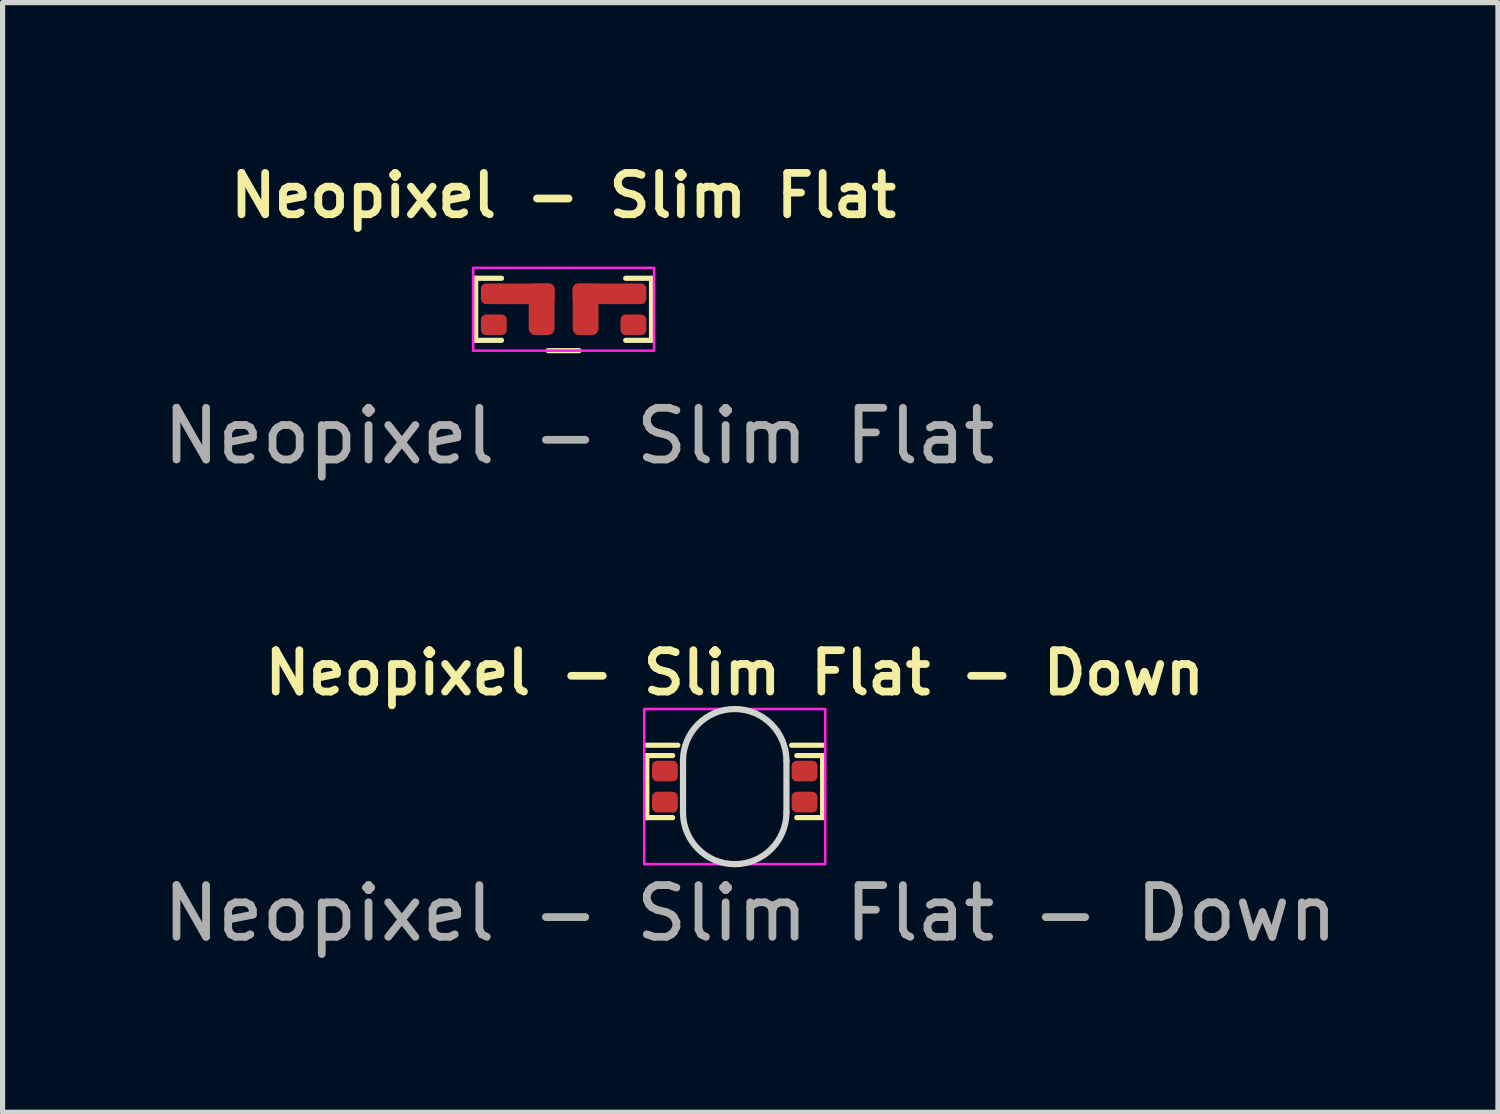
<source format=kicad_pcb>
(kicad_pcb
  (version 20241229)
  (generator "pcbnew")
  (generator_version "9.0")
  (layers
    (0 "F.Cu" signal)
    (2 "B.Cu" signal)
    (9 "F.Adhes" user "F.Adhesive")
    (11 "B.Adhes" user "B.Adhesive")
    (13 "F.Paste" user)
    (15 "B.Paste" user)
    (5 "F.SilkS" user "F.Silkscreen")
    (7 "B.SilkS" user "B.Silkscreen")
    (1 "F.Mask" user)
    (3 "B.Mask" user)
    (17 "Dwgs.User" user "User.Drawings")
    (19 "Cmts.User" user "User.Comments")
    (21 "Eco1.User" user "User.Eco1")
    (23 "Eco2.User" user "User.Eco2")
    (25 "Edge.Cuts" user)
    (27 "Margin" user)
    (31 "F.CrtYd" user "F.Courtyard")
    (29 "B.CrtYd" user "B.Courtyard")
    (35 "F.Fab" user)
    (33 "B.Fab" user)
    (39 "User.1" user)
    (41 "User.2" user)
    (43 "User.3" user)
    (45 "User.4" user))
  (footprint "Neopixel - Slim Flat - Down"
    (layer "F.Cu")
    (at 11.158 12.161)
    (property "Reference" "Neopixel - Slim Flat - Down" (at 0 -2.2 0) (unlocked yes) (layer "F.SilkS") (effects (font (size 0.8 0.8) (thickness 0.15))))
    (attr smd)
    (fp_line (start -1.7 -0.6) (end -1.7 0.6) (stroke (width 0.1) (type default)) (layer "F.SilkS"))
    (fp_line (start -1.7 0.6) (end -1.2 0.6) (stroke (width 0.1) (type default)) (layer "F.SilkS"))
    (fp_line (start -1.2 -0.6) (end -1.7 -0.6) (stroke (width 0.1) (type default)) (layer "F.SilkS"))
    (fp_line (start -1.1 -0.8) (end -1.7 -0.8) (stroke (width 0.1) (type default)) (layer "F.SilkS"))
    (fp_line (start 1.2 -0.6) (end 1.7 -0.6) (stroke (width 0.1) (type default)) (layer "F.SilkS"))
    (fp_line (start 1.2 0.6) (end 1.7 0.6) (stroke (width 0.1) (type default)) (layer "F.SilkS"))
    (fp_line (start 1.7 -0.8) (end 1.1 -0.8) (stroke (width 0.1) (type default)) (layer "F.SilkS"))
    (fp_line (start 1.7 0.6) (end 1.7 -0.6) (stroke (width 0.1) (type default)) (layer "F.SilkS"))
    (fp_line (start -1 0.5) (end -1 -0.5) (stroke (width 0.12) (type default)) (layer "Edge.Cuts"))
    (fp_line (start 1 0.5) (end 1 -0.5) (stroke (width 0.12) (type default)) (layer "Edge.Cuts"))
    (fp_arc (start -1 -0.5) (mid 0 -1.5) (end 1 -0.5) (stroke (width 0.12) (type default)) (layer "Edge.Cuts"))
    (fp_arc (start 1 0.5) (mid 0 1.5) (end -1 0.5) (stroke (width 0.12) (type default)) (layer "Edge.Cuts"))
    (fp_rect (start -1.75 -1.5) (end 1.75 1.5) (stroke (width 0.05) (type default)) (fill no) (layer "F.CrtYd"))
    (fp_text user "${REFERENCE}" (at 0.3 2.45 0) (unlocked yes) (layer "F.Fab") (effects (font (size 1 1) (thickness 0.15))))
    (pad "1" smd roundrect (at 1.35 -0.3) (size 0.5 0.4) (layers "F.Cu" "F.Mask" "F.Paste") (roundrect_rratio 0.25))
    (pad "2" smd roundrect (at 1.35 0.3) (size 0.5 0.4) (layers "F.Cu" "F.Mask" "F.Paste") (roundrect_rratio 0.25))
    (pad "3" smd roundrect (at -1.35 0.3) (size 0.5 0.4) (layers "F.Cu" "F.Mask" "F.Paste") (roundrect_rratio 0.25))
    (pad "4" smd roundrect (at -1.35 -0.3) (size 0.5 0.4) (layers "F.Cu" "F.Mask" "F.Paste") (roundrect_rratio 0.25)))
  (footprint "Neopixel - Slim Flat"
    (layer "F.Cu")
    (at 7.849 2.931)
    (property "Reference" "Neopixel - Slim Flat" (at 0 -2.2 0) (unlocked yes) (layer "F.SilkS") (effects (font (size 0.8 0.8) (thickness 0.15))))
    (attr smd)
    (fp_line (start -1.7 -0.6) (end -1.7 0.6) (stroke (width 0.1) (type default)) (layer "F.SilkS"))
    (fp_line (start -1.7 0.6) (end -1.2 0.6) (stroke (width 0.1) (type default)) (layer "F.SilkS"))
    (fp_line (start -1.2 -0.6) (end -1.7 -0.6) (stroke (width 0.1) (type default)) (layer "F.SilkS"))
    (fp_line (start 0.3 0.8) (end -0.3 0.8) (stroke (width 0.1) (type default)) (layer "F.SilkS"))
    (fp_line (start 1.2 -0.6) (end 1.7 -0.6) (stroke (width 0.1) (type default)) (layer "F.SilkS"))
    (fp_line (start 1.2 0.6) (end 1.7 0.6) (stroke (width 0.1) (type default)) (layer "F.SilkS"))
    (fp_line (start 1.7 0.6) (end 1.7 -0.6) (stroke (width 0.1) (type default)) (layer "F.SilkS"))
    (fp_rect (start -1.75 -0.8) (end 1.75 0.8) (stroke (width 0.05) (type default)) (fill no) (layer "F.CrtYd"))
    (fp_text user "${REFERENCE}" (at 0.3 2.45 0) (unlocked yes) (layer "F.Fab") (effects (font (size 1 1) (thickness 0.15))))
    (pad "1" smd roundrect (at -1.35 -0.3) (size 1.425 0.4) (drill (offset 0.463 0)) (layers "F.Cu" "F.Mask" "F.Paste") (roundrect_rratio 0.25))
    (pad "1" smd roundrect (at -0.425 0.3) (size 0.5 1) (drill (offset 0 -0.3)) (layers "F.Cu" "F.Mask" "F.Paste") (roundrect_rratio 0.25))
    (pad "2" smd roundrect (at -1.35 0.3) (size 0.5 0.4) (layers "F.Cu" "F.Mask" "F.Paste") (roundrect_rratio 0.25))
    (pad "3" smd roundrect (at 1.35 0.3) (size 0.5 0.4) (layers "F.Cu" "F.Mask" "F.Paste") (roundrect_rratio 0.25))
    (pad "4" smd roundrect (at 0.425 0.3) (size 0.5 1) (drill (offset 0 -0.3)) (layers "F.Cu" "F.Mask" "F.Paste") (roundrect_rratio 0.25))
    (pad "4" smd roundrect (at 1.35 -0.3) (size 1.425 0.4) (drill (offset -0.463 0)) (layers "F.Cu" "F.Mask" "F.Paste") (roundrect_rratio 0.25)))
  (gr_rect
    (start -3 -3)
    (end 25.917 18.459)
    (stroke (width 0.1) (type default))
    (fill no)
    (layer "Edge.Cuts")))
</source>
